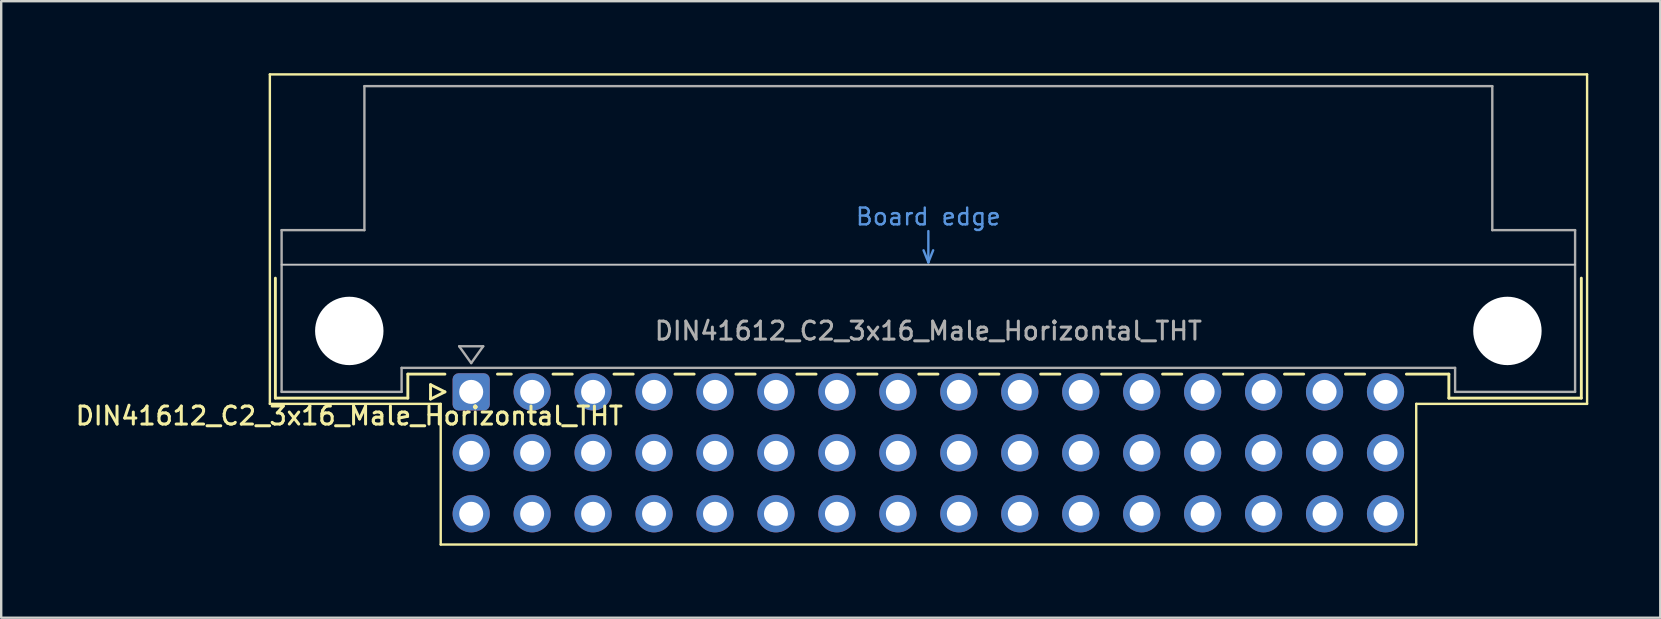
<source format=kicad_pcb>
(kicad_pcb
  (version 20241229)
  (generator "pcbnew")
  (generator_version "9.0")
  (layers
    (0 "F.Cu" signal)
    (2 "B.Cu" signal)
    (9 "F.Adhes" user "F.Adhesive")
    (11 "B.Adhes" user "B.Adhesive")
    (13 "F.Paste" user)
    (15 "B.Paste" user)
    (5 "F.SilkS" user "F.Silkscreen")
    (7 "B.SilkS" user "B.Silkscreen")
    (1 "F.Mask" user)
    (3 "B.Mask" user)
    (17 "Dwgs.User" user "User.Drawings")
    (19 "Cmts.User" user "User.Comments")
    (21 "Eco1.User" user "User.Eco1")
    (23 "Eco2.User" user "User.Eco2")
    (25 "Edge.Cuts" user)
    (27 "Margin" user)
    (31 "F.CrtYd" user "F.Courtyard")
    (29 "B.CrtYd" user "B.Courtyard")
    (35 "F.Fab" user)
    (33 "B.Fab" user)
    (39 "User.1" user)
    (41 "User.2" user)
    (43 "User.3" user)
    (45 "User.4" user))
  (footprint "DIN41612_C2_3x16_Male_Horizontal_THT"
    (layer "F.Cu")
    (at 16.585 13.28)
    (property "Reference" "DIN41612_C2_3x16_Male_Horizontal_THT" (at -5.08 1 0) (layer "F.SilkS") (effects (font (size 0.75 0.75) (thickness 0.125))))
    (attr through_hole)
    (fp_line (start -8.39 -13.23) (end -8.39 0.5) (stroke (width 0.1) (type solid)) (layer "F.SilkS"))
    (fp_line (start -8.39 0.5) (end -1.27 0.5) (stroke (width 0.1) (type solid)) (layer "F.SilkS"))
    (fp_line (start -8.16 -4.74) (end -8.16 0.26) (stroke (width 0.12) (type solid)) (layer "F.SilkS"))
    (fp_line (start -8.16 0.26) (end -2.64 0.26) (stroke (width 0.12) (type solid)) (layer "F.SilkS"))
    (fp_line (start -2.64 -0.74) (end -1.095 -0.74) (stroke (width 0.12) (type solid)) (layer "F.SilkS"))
    (fp_line (start -2.64 0.26) (end -2.64 -0.74) (stroke (width 0.12) (type solid)) (layer "F.SilkS"))
    (fp_line (start -1.695 -0.3) (end -1.695 0.3) (stroke (width 0.12) (type solid)) (layer "F.SilkS"))
    (fp_line (start -1.695 0.3) (end -1.095 0) (stroke (width 0.12) (type solid)) (layer "F.SilkS"))
    (fp_line (start -1.27 0.5) (end -1.27 6.36) (stroke (width 0.1) (type solid)) (layer "F.SilkS"))
    (fp_line (start -1.27 6.36) (end 39.38 6.36) (stroke (width 0.1) (type solid)) (layer "F.SilkS"))
    (fp_line (start -1.095 0) (end -1.695 -0.3) (stroke (width 0.12) (type solid)) (layer "F.SilkS"))
    (fp_line (start 1.095 -0.74) (end 1.671 -0.74) (stroke (width 0.12) (type solid)) (layer "F.SilkS"))
    (fp_line (start 3.41 -0.74) (end 4.211 -0.74) (stroke (width 0.12) (type solid)) (layer "F.SilkS"))
    (fp_line (start 5.95 -0.74) (end 6.751 -0.74) (stroke (width 0.12) (type solid)) (layer "F.SilkS"))
    (fp_line (start 8.49 -0.74) (end 9.291 -0.74) (stroke (width 0.12) (type solid)) (layer "F.SilkS"))
    (fp_line (start 11.03 -0.74) (end 11.831 -0.74) (stroke (width 0.12) (type solid)) (layer "F.SilkS"))
    (fp_line (start 13.57 -0.74) (end 14.371 -0.74) (stroke (width 0.12) (type solid)) (layer "F.SilkS"))
    (fp_line (start 16.11 -0.74) (end 16.911 -0.74) (stroke (width 0.12) (type solid)) (layer "F.SilkS"))
    (fp_line (start 18.65 -0.74) (end 19.451 -0.74) (stroke (width 0.12) (type solid)) (layer "F.SilkS"))
    (fp_line (start 21.19 -0.74) (end 21.991 -0.74) (stroke (width 0.12) (type solid)) (layer "F.SilkS"))
    (fp_line (start 23.73 -0.74) (end 24.531 -0.74) (stroke (width 0.12) (type solid)) (layer "F.SilkS"))
    (fp_line (start 26.27 -0.74) (end 27.071 -0.74) (stroke (width 0.12) (type solid)) (layer "F.SilkS"))
    (fp_line (start 28.81 -0.74) (end 29.611 -0.74) (stroke (width 0.12) (type solid)) (layer "F.SilkS"))
    (fp_line (start 31.35 -0.74) (end 32.151 -0.74) (stroke (width 0.12) (type solid)) (layer "F.SilkS"))
    (fp_line (start 33.89 -0.74) (end 34.691 -0.74) (stroke (width 0.12) (type solid)) (layer "F.SilkS"))
    (fp_line (start 36.43 -0.74) (end 37.231 -0.74) (stroke (width 0.12) (type solid)) (layer "F.SilkS"))
    (fp_line (start 38.97 -0.74) (end 40.74 -0.74) (stroke (width 0.12) (type solid)) (layer "F.SilkS"))
    (fp_line (start 39.38 0.5) (end 46.5 0.5) (stroke (width 0.1) (type solid)) (layer "F.SilkS"))
    (fp_line (start 39.38 6.36) (end 39.38 0.5) (stroke (width 0.1) (type solid)) (layer "F.SilkS"))
    (fp_line (start 40.74 0.26) (end 40.74 -0.74) (stroke (width 0.12) (type solid)) (layer "F.SilkS"))
    (fp_line (start 46.26 -4.74) (end 46.26 0.26) (stroke (width 0.12) (type solid)) (layer "F.SilkS"))
    (fp_line (start 46.26 0.26) (end 40.74 0.26) (stroke (width 0.12) (type solid)) (layer "F.SilkS"))
    (fp_line (start 46.5 -13.23) (end -8.39 -13.23) (stroke (width 0.1) (type solid)) (layer "F.SilkS"))
    (fp_line (start 46.5 0.5) (end 46.5 -13.23) (stroke (width 0.1) (type solid)) (layer "F.SilkS"))
    (fp_line (start -7.9 -5.3) (end 46 -5.3) (stroke (width 0.08) (type solid)) (layer "Dwgs.User"))
    (fp_line (start 18.85 -5.9) (end 19.05 -5.4) (stroke (width 0.1) (type solid)) (layer "Cmts.User"))
    (fp_line (start 19.05 -5.4) (end 19.05 -6.7) (stroke (width 0.1) (type solid)) (layer "Cmts.User"))
    (fp_line (start 19.05 -5.4) (end 19.25 -5.9) (stroke (width 0.1) (type solid)) (layer "Cmts.User"))
    (fp_line (start -7.9 -6.74) (end -7.9 0) (stroke (width 0.1) (type solid)) (layer "F.Fab"))
    (fp_line (start -7.9 0) (end -2.9 0) (stroke (width 0.1) (type solid)) (layer "F.Fab"))
    (fp_line (start -4.45 -12.74) (end -4.45 -6.74) (stroke (width 0.1) (type solid)) (layer "F.Fab"))
    (fp_line (start -4.45 -6.74) (end -7.9 -6.74) (stroke (width 0.1) (type solid)) (layer "F.Fab"))
    (fp_line (start -2.9 -1) (end 41 -1) (stroke (width 0.1) (type solid)) (layer "F.Fab"))
    (fp_line (start -2.9 0) (end -2.9 -1) (stroke (width 0.1) (type solid)) (layer "F.Fab"))
    (fp_line (start -0.5 -1.9) (end 0.5 -1.9) (stroke (width 0.1) (type solid)) (layer "F.Fab"))
    (fp_line (start 0 -1.2) (end -0.5 -1.9) (stroke (width 0.1) (type solid)) (layer "F.Fab"))
    (fp_line (start 0.5 -1.9) (end 0 -1.2) (stroke (width 0.1) (type solid)) (layer "F.Fab"))
    (fp_line (start 41 -1) (end 41 0) (stroke (width 0.1) (type solid)) (layer "F.Fab"))
    (fp_line (start 41 0) (end 46 0) (stroke (width 0.1) (type solid)) (layer "F.Fab"))
    (fp_line (start 42.55 -12.74) (end -4.45 -12.74) (stroke (width 0.1) (type solid)) (layer "F.Fab"))
    (fp_line (start 42.55 -6.74) (end 42.55 -12.74) (stroke (width 0.1) (type solid)) (layer "F.Fab"))
    (fp_line (start 46 -6.74) (end 42.55 -6.74) (stroke (width 0.1) (type solid)) (layer "F.Fab"))
    (fp_line (start 46 0) (end 46 -6.74) (stroke (width 0.1) (type solid)) (layer "F.Fab"))
    (fp_text user "Board edge" (at 19.05 -7.3 0) (layer "Cmts.User") (effects (font (size 0.7 0.7) (thickness 0.1))))
    (fp_text user "${REFERENCE}" (at 19.05 -2.54 0) (layer "F.Fab") (effects (font (size 0.75 0.75) (thickness 0.125))))
    (pad "" np_thru_hole circle (at -5.08 -2.54) (size 2.85 2.85) (drill 2.85) (layers "*.Cu" "*.Mask"))
    (pad "" np_thru_hole circle (at 43.18 -2.54) (size 2.85 2.85) (drill 2.85) (layers "*.Cu" "*.Mask"))
    (pad "a1" thru_hole roundrect (at 0 0) (size 1.55 1.55) (drill 1) (layers "*.Cu" "*.Mask") (roundrect_rratio 0.161))
    (pad "a2" thru_hole circle (at 2.54 0) (size 1.55 1.55) (drill 1) (layers "*.Cu" "*.Mask"))
    (pad "a3" thru_hole circle (at 5.08 0) (size 1.55 1.55) (drill 1) (layers "*.Cu" "*.Mask"))
    (pad "a4" thru_hole circle (at 7.62 0) (size 1.55 1.55) (drill 1) (layers "*.Cu" "*.Mask"))
    (pad "a5" thru_hole circle (at 10.16 0) (size 1.55 1.55) (drill 1) (layers "*.Cu" "*.Mask"))
    (pad "a6" thru_hole circle (at 12.7 0) (size 1.55 1.55) (drill 1) (layers "*.Cu" "*.Mask"))
    (pad "a7" thru_hole circle (at 15.24 0) (size 1.55 1.55) (drill 1) (layers "*.Cu" "*.Mask"))
    (pad "a8" thru_hole circle (at 17.78 0) (size 1.55 1.55) (drill 1) (layers "*.Cu" "*.Mask"))
    (pad "a9" thru_hole circle (at 20.32 0) (size 1.55 1.55) (drill 1) (layers "*.Cu" "*.Mask"))
    (pad "a10" thru_hole circle (at 22.86 0) (size 1.55 1.55) (drill 1) (layers "*.Cu" "*.Mask"))
    (pad "a11" thru_hole circle (at 25.4 0) (size 1.55 1.55) (drill 1) (layers "*.Cu" "*.Mask"))
    (pad "a12" thru_hole circle (at 27.94 0) (size 1.55 1.55) (drill 1) (layers "*.Cu" "*.Mask"))
    (pad "a13" thru_hole circle (at 30.48 0) (size 1.55 1.55) (drill 1) (layers "*.Cu" "*.Mask"))
    (pad "a14" thru_hole circle (at 33.02 0) (size 1.55 1.55) (drill 1) (layers "*.Cu" "*.Mask"))
    (pad "a15" thru_hole circle (at 35.56 0) (size 1.55 1.55) (drill 1) (layers "*.Cu" "*.Mask"))
    (pad "a16" thru_hole circle (at 38.1 0) (size 1.55 1.55) (drill 1) (layers "*.Cu" "*.Mask"))
    (pad "b1" thru_hole circle (at 0 2.54) (size 1.55 1.55) (drill 1) (layers "*.Cu" "*.Mask"))
    (pad "b2" thru_hole circle (at 2.54 2.54) (size 1.55 1.55) (drill 1) (layers "*.Cu" "*.Mask"))
    (pad "b3" thru_hole circle (at 5.08 2.54) (size 1.55 1.55) (drill 1) (layers "*.Cu" "*.Mask"))
    (pad "b4" thru_hole circle (at 7.62 2.54) (size 1.55 1.55) (drill 1) (layers "*.Cu" "*.Mask"))
    (pad "b5" thru_hole circle (at 10.16 2.54) (size 1.55 1.55) (drill 1) (layers "*.Cu" "*.Mask"))
    (pad "b6" thru_hole circle (at 12.7 2.54) (size 1.55 1.55) (drill 1) (layers "*.Cu" "*.Mask"))
    (pad "b7" thru_hole circle (at 15.24 2.54) (size 1.55 1.55) (drill 1) (layers "*.Cu" "*.Mask"))
    (pad "b8" thru_hole circle (at 17.78 2.54) (size 1.55 1.55) (drill 1) (layers "*.Cu" "*.Mask"))
    (pad "b9" thru_hole circle (at 20.32 2.54) (size 1.55 1.55) (drill 1) (layers "*.Cu" "*.Mask"))
    (pad "b10" thru_hole circle (at 22.86 2.54) (size 1.55 1.55) (drill 1) (layers "*.Cu" "*.Mask"))
    (pad "b11" thru_hole circle (at 25.4 2.54) (size 1.55 1.55) (drill 1) (layers "*.Cu" "*.Mask"))
    (pad "b12" thru_hole circle (at 27.94 2.54) (size 1.55 1.55) (drill 1) (layers "*.Cu" "*.Mask"))
    (pad "b13" thru_hole circle (at 30.48 2.54) (size 1.55 1.55) (drill 1) (layers "*.Cu" "*.Mask"))
    (pad "b14" thru_hole circle (at 33.02 2.54) (size 1.55 1.55) (drill 1) (layers "*.Cu" "*.Mask"))
    (pad "b15" thru_hole circle (at 35.56 2.54) (size 1.55 1.55) (drill 1) (layers "*.Cu" "*.Mask"))
    (pad "b16" thru_hole circle (at 38.1 2.54) (size 1.55 1.55) (drill 1) (layers "*.Cu" "*.Mask"))
    (pad "c1" thru_hole circle (at 0 5.08) (size 1.55 1.55) (drill 1) (layers "*.Cu" "*.Mask"))
    (pad "c2" thru_hole circle (at 2.54 5.08) (size 1.55 1.55) (drill 1) (layers "*.Cu" "*.Mask"))
    (pad "c3" thru_hole circle (at 5.08 5.08) (size 1.55 1.55) (drill 1) (layers "*.Cu" "*.Mask"))
    (pad "c4" thru_hole circle (at 7.62 5.08) (size 1.55 1.55) (drill 1) (layers "*.Cu" "*.Mask"))
    (pad "c5" thru_hole circle (at 10.16 5.08) (size 1.55 1.55) (drill 1) (layers "*.Cu" "*.Mask"))
    (pad "c6" thru_hole circle (at 12.7 5.08) (size 1.55 1.55) (drill 1) (layers "*.Cu" "*.Mask"))
    (pad "c7" thru_hole circle (at 15.24 5.08) (size 1.55 1.55) (drill 1) (layers "*.Cu" "*.Mask"))
    (pad "c8" thru_hole circle (at 17.78 5.08) (size 1.55 1.55) (drill 1) (layers "*.Cu" "*.Mask"))
    (pad "c9" thru_hole circle (at 20.32 5.08) (size 1.55 1.55) (drill 1) (layers "*.Cu" "*.Mask"))
    (pad "c10" thru_hole circle (at 22.86 5.08) (size 1.55 1.55) (drill 1) (layers "*.Cu" "*.Mask"))
    (pad "c11" thru_hole circle (at 25.4 5.08) (size 1.55 1.55) (drill 1) (layers "*.Cu" "*.Mask"))
    (pad "c12" thru_hole circle (at 27.94 5.08) (size 1.55 1.55) (drill 1) (layers "*.Cu" "*.Mask"))
    (pad "c13" thru_hole circle (at 30.48 5.08) (size 1.55 1.55) (drill 1) (layers "*.Cu" "*.Mask"))
    (pad "c14" thru_hole circle (at 33.02 5.08) (size 1.55 1.55) (drill 1) (layers "*.Cu" "*.Mask"))
    (pad "c15" thru_hole circle (at 35.56 5.08) (size 1.55 1.55) (drill 1) (layers "*.Cu" "*.Mask"))
    (pad "c16" thru_hole circle (at 38.1 5.08) (size 1.55 1.55) (drill 1) (layers "*.Cu" "*.Mask")))
  (gr_rect
    (start -3 -3)
    (end 66.135 22.69)
    (stroke (width 0.1) (type default))
    (fill no)
    (layer "Edge.Cuts")))
</source>
